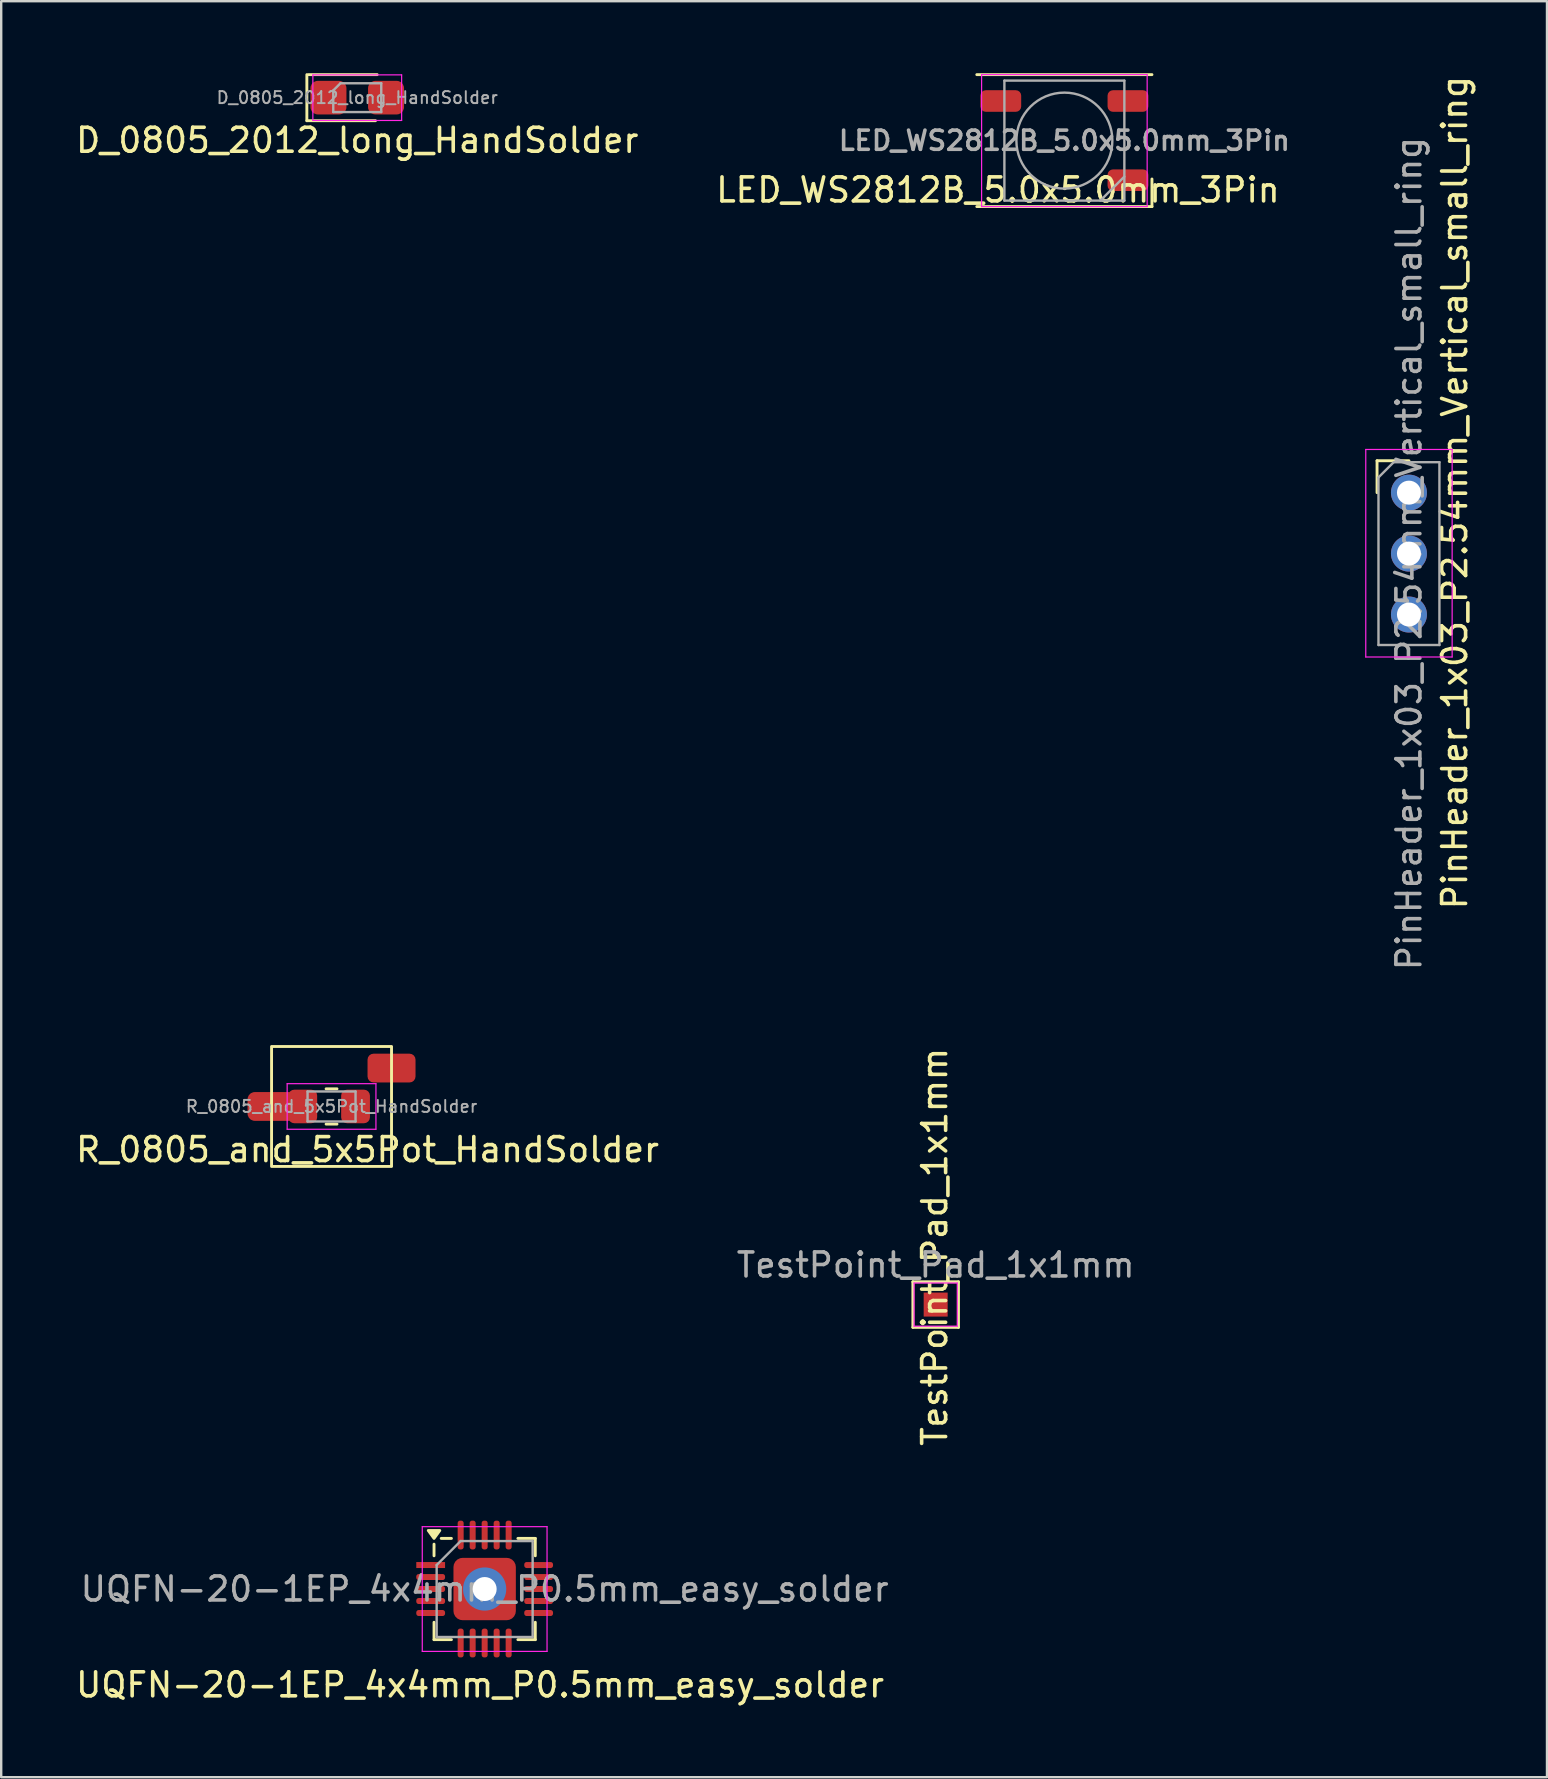
<source format=kicad_pcb>
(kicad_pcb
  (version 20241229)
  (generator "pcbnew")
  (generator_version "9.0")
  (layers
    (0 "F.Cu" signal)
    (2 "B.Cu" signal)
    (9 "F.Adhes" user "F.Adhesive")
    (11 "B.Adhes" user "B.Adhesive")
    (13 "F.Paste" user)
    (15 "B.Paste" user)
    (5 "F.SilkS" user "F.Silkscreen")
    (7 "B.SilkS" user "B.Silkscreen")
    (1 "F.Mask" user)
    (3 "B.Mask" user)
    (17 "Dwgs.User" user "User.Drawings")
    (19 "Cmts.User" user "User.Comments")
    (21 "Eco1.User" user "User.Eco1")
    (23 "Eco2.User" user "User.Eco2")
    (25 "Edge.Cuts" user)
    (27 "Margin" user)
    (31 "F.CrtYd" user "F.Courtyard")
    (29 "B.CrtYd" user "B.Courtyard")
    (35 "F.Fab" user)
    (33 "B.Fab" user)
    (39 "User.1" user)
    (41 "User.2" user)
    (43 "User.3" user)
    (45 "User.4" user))
  (footprint "PinHeader_1x03_P2.54mm_Vertical_small_ring"
    (layer "F.Cu")
    (at 55.671 17.482)
    (property "Reference" "PinHeader_1x03_P2.54mm_Vertical_small_ring" (at 1.905 0 270) (layer "F.SilkS") (effects (font (size 1 1) (thickness 0.15))))
    (attr through_hole)
    (fp_line (start -1.33 -1.33) (end 0 -1.33) (stroke (width 0.12) (type solid)) (layer "F.SilkS"))
    (fp_line (start -1.33 0) (end -1.33 -1.33) (stroke (width 0.12) (type solid)) (layer "F.SilkS"))
    (fp_line (start -1.8 -1.8) (end -1.8 6.85) (stroke (width 0.05) (type solid)) (layer "F.CrtYd"))
    (fp_line (start -1.8 6.85) (end 1.8 6.85) (stroke (width 0.05) (type solid)) (layer "F.CrtYd"))
    (fp_line (start 1.8 -1.8) (end -1.8 -1.8) (stroke (width 0.05) (type solid)) (layer "F.CrtYd"))
    (fp_line (start 1.8 6.85) (end 1.8 -1.8) (stroke (width 0.05) (type solid)) (layer "F.CrtYd"))
    (fp_line (start -1.27 -0.635) (end -0.635 -1.27) (stroke (width 0.1) (type solid)) (layer "F.Fab"))
    (fp_line (start -1.27 6.35) (end -1.27 -0.635) (stroke (width 0.1) (type solid)) (layer "F.Fab"))
    (fp_line (start -0.635 -1.27) (end 1.27 -1.27) (stroke (width 0.1) (type solid)) (layer "F.Fab"))
    (fp_line (start 1.27 -1.27) (end 1.27 6.35) (stroke (width 0.1) (type solid)) (layer "F.Fab"))
    (fp_line (start 1.27 6.35) (end -1.27 6.35) (stroke (width 0.1) (type solid)) (layer "F.Fab"))
    (fp_text user "${REFERENCE}" (at 0 2.54 270) (layer "F.Fab") (effects (font (size 1 1) (thickness 0.15))))
    (pad "1" thru_hole circle (at 0 0) (size 1.5 1.5) (drill 1) (layers "*.Cu" "*.Mask"))
    (pad "2" thru_hole circle (at 0 2.54) (size 1.5 1.5) (drill 1) (layers "*.Cu" "*.Mask"))
    (pad "3" thru_hole circle (at 0 5.08) (size 1.5 1.5) (drill 1) (layers "*.Cu" "*.Mask")))
  (footprint "UQFN-20-1EP_4x4mm_P0.5mm_easy_solder"
    (layer "F.Cu")
    (at 17.149 63.176)
    (property "Reference" "UQFN-20-1EP_4x4mm_P0.5mm_easy_solder" (at -0.191 3.995 0) (layer "F.SilkS") (effects (font (size 1 1) (thickness 0.15))))
    (attr smd)
    (fp_line (start -2.11 -1.385) (end -2.11 -1.87) (stroke (width 0.12) (type solid)) (layer "F.SilkS"))
    (fp_line (start -2.11 2.11) (end -2.11 1.385) (stroke (width 0.12) (type solid)) (layer "F.SilkS"))
    (fp_line (start -1.385 -2.11) (end -1.81 -2.11) (stroke (width 0.12) (type solid)) (layer "F.SilkS"))
    (fp_line (start -1.385 2.11) (end -2.11 2.11) (stroke (width 0.12) (type solid)) (layer "F.SilkS"))
    (fp_line (start 1.385 -2.11) (end 2.11 -2.11) (stroke (width 0.12) (type solid)) (layer "F.SilkS"))
    (fp_line (start 1.385 2.11) (end 2.11 2.11) (stroke (width 0.12) (type solid)) (layer "F.SilkS"))
    (fp_line (start 2.11 -2.11) (end 2.11 -1.385) (stroke (width 0.12) (type solid)) (layer "F.SilkS"))
    (fp_line (start 2.11 2.11) (end 2.11 1.385) (stroke (width 0.12) (type solid)) (layer "F.SilkS"))
    (fp_poly (pts (xy -2.11 -2.11) (xy -2.35 -2.44) (xy -1.87 -2.44) (xy -2.11 -2.11)) (stroke (width 0.12) (type solid)) (fill yes) (layer "F.SilkS"))
    (fp_line (start -2.6 -2.6) (end -2.6 2.6) (stroke (width 0.05) (type solid)) (layer "F.CrtYd"))
    (fp_line (start -2.6 2.6) (end 2.6 2.6) (stroke (width 0.05) (type solid)) (layer "F.CrtYd"))
    (fp_line (start 2.6 -2.6) (end -2.6 -2.6) (stroke (width 0.05) (type solid)) (layer "F.CrtYd"))
    (fp_line (start 2.6 2.6) (end 2.6 -2.6) (stroke (width 0.05) (type solid)) (layer "F.CrtYd"))
    (fp_line (start -2 -1) (end -1 -2) (stroke (width 0.1) (type solid)) (layer "F.Fab"))
    (fp_line (start -2 2) (end -2 -1) (stroke (width 0.1) (type solid)) (layer "F.Fab"))
    (fp_line (start -1 -2) (end 2 -2) (stroke (width 0.1) (type solid)) (layer "F.Fab"))
    (fp_line (start 2 -2) (end 2 2) (stroke (width 0.1) (type solid)) (layer "F.Fab"))
    (fp_line (start 2 2) (end -2 2) (stroke (width 0.1) (type solid)) (layer "F.Fab"))
    (fp_text user "${REFERENCE}" (at 0 0 0) (layer "F.Fab") (effects (font (size 1 1) (thickness 0.15))))
    (pad "" smd roundrect (at -0.7 -0.7) (size 1.17 1.17) (layers "F.Paste") (roundrect_rratio 0.342))
    (pad "" smd roundrect (at -0.7 0.7) (size 1.17 1.17) (layers "F.Paste") (roundrect_rratio 0.342))
    (pad "" smd roundrect (at 0.7 -0.7) (size 1.17 1.17) (layers "F.Paste") (roundrect_rratio 0.342))
    (pad "" smd roundrect (at 0.7 0.7) (size 1.17 1.17) (layers "F.Paste") (roundrect_rratio 0.342))
    (pad "1" smd rect (at -2.25 -1) (size 1.2 0.25) (layers "F.Cu" "F.Mask" "F.Paste"))
    (pad "2" smd roundrect (at -2.25 -0.5) (size 1.2 0.25) (layers "F.Cu" "F.Mask" "F.Paste") (roundrect_rratio 0.4))
    (pad "3" smd roundrect (at -2.25 0) (size 1.2 0.25) (layers "F.Cu" "F.Mask" "F.Paste") (roundrect_rratio 0.4))
    (pad "4" smd roundrect (at -2.25 0.5) (size 1.2 0.25) (layers "F.Cu" "F.Mask" "F.Paste") (roundrect_rratio 0.4))
    (pad "5" smd roundrect (at -2.25 1) (size 1.2 0.25) (layers "F.Cu" "F.Mask" "F.Paste") (roundrect_rratio 0.4))
    (pad "6" smd roundrect (at -1 2.25) (size 0.25 1.2) (layers "F.Cu" "F.Mask" "F.Paste") (roundrect_rratio 0.4))
    (pad "7" smd roundrect (at -0.5 2.25) (size 0.25 1.2) (layers "F.Cu" "F.Mask" "F.Paste") (roundrect_rratio 0.4))
    (pad "8" smd roundrect (at 0 2.25) (size 0.25 1.2) (layers "F.Cu" "F.Mask" "F.Paste") (roundrect_rratio 0.4))
    (pad "9" smd roundrect (at 0.5 2.25) (size 0.25 1.2) (layers "F.Cu" "F.Mask" "F.Paste") (roundrect_rratio 0.4))
    (pad "10" smd roundrect (at 1 2.25) (size 0.25 1.2) (layers "F.Cu" "F.Mask" "F.Paste") (roundrect_rratio 0.4))
    (pad "11" smd roundrect (at 2.25 1) (size 1.2 0.25) (layers "F.Cu" "F.Mask" "F.Paste") (roundrect_rratio 0.4))
    (pad "12" smd roundrect (at 2.25 0.5) (size 1.2 0.25) (layers "F.Cu" "F.Mask" "F.Paste") (roundrect_rratio 0.4))
    (pad "13" smd roundrect (at 2.25 0) (size 1.2 0.25) (layers "F.Cu" "F.Mask" "F.Paste") (roundrect_rratio 0.4))
    (pad "14" smd roundrect (at 2.25 -0.5) (size 1.2 0.25) (layers "F.Cu" "F.Mask" "F.Paste") (roundrect_rratio 0.4))
    (pad "15" smd roundrect (at 2.25 -1) (size 1.2 0.25) (layers "F.Cu" "F.Mask" "F.Paste") (roundrect_rratio 0.4))
    (pad "16" smd roundrect (at 1 -2.25) (size 0.25 1.2) (layers "F.Cu" "F.Mask" "F.Paste") (roundrect_rratio 0.4))
    (pad "17" smd roundrect (at 0.5 -2.25) (size 0.25 1.2) (layers "F.Cu" "F.Mask" "F.Paste") (roundrect_rratio 0.4))
    (pad "18" smd roundrect (at 0 -2.25) (size 0.25 1.2) (layers "F.Cu" "F.Mask" "F.Paste") (roundrect_rratio 0.4))
    (pad "19" smd roundrect (at -0.5 -2.25) (size 0.25 1.2) (layers "F.Cu" "F.Mask" "F.Paste") (roundrect_rratio 0.4))
    (pad "20" smd roundrect (at -1 -2.25) (size 0.25 1.2) (layers "F.Cu" "F.Mask" "F.Paste") (roundrect_rratio 0.4))
    (pad "21" thru_hole circle (at 0 0) (size 1.8 1.8) (drill 1) (property pad_prop_heatsink) (layers "*.Cu" "*.Mask"))
    (pad "21" smd roundrect (at 0 0) (size 2.6 2.6) (property pad_prop_heatsink) (layers "F.Cu" "F.Mask") (roundrect_rratio 0.148)))
  (footprint "R_0805_and_5x5Pot_HandSolder"
    (layer "F.Cu")
    (at 10.768 43.064)
    (property "Reference" "R_0805_and_5x5Pot_HandSolder" (at 1.5 1.8 180) (layer "F.SilkS") (effects (font (size 1 1) (thickness 0.15))))
    (attr smd)
    (fp_line (start -0.227 -0.735) (end 0.227 -0.735) (stroke (width 0.12) (type solid)) (layer "F.SilkS"))
    (fp_line (start -0.227 0.735) (end 0.227 0.735) (stroke (width 0.12) (type solid)) (layer "F.SilkS"))
    (fp_rect (start -2.5 -2.5) (end 2.5 2.5) (stroke (width 0.12) (type default)) (fill no) (layer "F.SilkS"))
    (fp_line (start -1.85 -0.95) (end 1.85 -0.95) (stroke (width 0.05) (type solid)) (layer "F.CrtYd"))
    (fp_line (start -1.85 0.95) (end -1.85 -0.95) (stroke (width 0.05) (type solid)) (layer "F.CrtYd"))
    (fp_line (start 1.85 -0.95) (end 1.85 0.95) (stroke (width 0.05) (type solid)) (layer "F.CrtYd"))
    (fp_line (start 1.85 0.95) (end -1.85 0.95) (stroke (width 0.05) (type solid)) (layer "F.CrtYd"))
    (fp_line (start -1 -0.625) (end 1 -0.625) (stroke (width 0.1) (type solid)) (layer "F.Fab"))
    (fp_line (start -1 0.625) (end -1 -0.625) (stroke (width 0.1) (type solid)) (layer "F.Fab"))
    (fp_line (start 1 -0.625) (end 1 0.625) (stroke (width 0.1) (type solid)) (layer "F.Fab"))
    (fp_line (start 1 0.625) (end -1 0.625) (stroke (width 0.1) (type solid)) (layer "F.Fab"))
    (fp_text user "${REFERENCE}" (at 0 0 180) (layer "F.Fab") (effects (font (size 0.5 0.5) (thickness 0.08))))
    (pad "1" smd roundrect (at -2.5 0) (size 2 1.2) (layers "F.Cu" "F.Mask" "F.Paste") (roundrect_rratio 0.25))
    (pad "1" smd roundrect (at -1.2 0) (size 1.2 1.4) (layers "F.Cu" "F.Mask" "F.Paste") (roundrect_rratio 0.208))
    (pad "2" smd roundrect (at 1 0) (size 1.2 1.4) (layers "F.Cu" "F.Mask" "F.Paste") (roundrect_rratio 0.208))
    (pad "2" smd roundrect (at 2.5 -1.6) (size 2 1.2) (layers "F.Cu" "F.Mask" "F.Paste") (roundrect_rratio 0.208)))
  (footprint "D_0805_2012_long_HandSolder"
    (layer "F.Cu")
    (at 11.839 1.02)
    (property "Reference" "D_0805_2012_long_HandSolder" (at 0 1.778 180) (layer "F.SilkS") (effects (font (size 1 1) (thickness 0.15))))
    (attr smd)
    (fp_line (start -2.1 -0.96) (end -2.1 0.96) (stroke (width 0.12) (type solid)) (layer "F.SilkS"))
    (fp_line (start -2.1 0.96) (end 0.76 0.96) (stroke (width 0.12) (type solid)) (layer "F.SilkS"))
    (fp_line (start 0.83 -0.96) (end -2.03 -0.96) (stroke (width 0.12) (type solid)) (layer "F.SilkS"))
    (fp_line (start -1.85 -0.95) (end 1.85 -0.95) (stroke (width 0.05) (type solid)) (layer "F.CrtYd"))
    (fp_line (start -1.85 0.95) (end -1.85 -0.95) (stroke (width 0.05) (type solid)) (layer "F.CrtYd"))
    (fp_line (start 1.85 -0.95) (end 1.85 0.95) (stroke (width 0.05) (type solid)) (layer "F.CrtYd"))
    (fp_line (start 1.85 0.95) (end -1.85 0.95) (stroke (width 0.05) (type solid)) (layer "F.CrtYd"))
    (fp_line (start -1 -0.3) (end -1 0.6) (stroke (width 0.1) (type solid)) (layer "F.Fab"))
    (fp_line (start -1 0.6) (end 1 0.6) (stroke (width 0.1) (type solid)) (layer "F.Fab"))
    (fp_line (start -0.7 -0.6) (end -1 -0.3) (stroke (width 0.1) (type solid)) (layer "F.Fab"))
    (fp_line (start 1 -0.6) (end -0.7 -0.6) (stroke (width 0.1) (type solid)) (layer "F.Fab"))
    (fp_line (start 1 0.6) (end 1 -0.6) (stroke (width 0.1) (type solid)) (layer "F.Fab"))
    (fp_text user "${REFERENCE}" (at 0 0 180) (layer "F.Fab") (effects (font (size 0.5 0.5) (thickness 0.08))))
    (pad "1" smd roundrect (at -1.2 0) (size 1.5 1.4) (layers "F.Cu" "F.Mask" "F.Paste") (roundrect_rratio 0.217))
    (pad "2" smd roundrect (at 1.2 0) (size 1.5 1.4) (layers "F.Cu" "F.Mask" "F.Paste") (roundrect_rratio 0.217)))
  (footprint "TestPoint_Pad_1x1mm"
    (layer "F.Cu")
    (at 35.946 51.321)
    (property "Reference" "TestPoint_Pad_1x1mm" (at -0.04 -2.406 270) (layer "F.SilkS") (effects (font (size 1 1) (thickness 0.15))))
    (attr exclude_from_pos_files)
    (fp_line (start -0.95 -0.95) (end 0.95 -0.95) (stroke (width 0.12) (type solid)) (layer "F.SilkS"))
    (fp_line (start -0.95 0.95) (end -0.95 -0.95) (stroke (width 0.12) (type solid)) (layer "F.SilkS"))
    (fp_line (start 0.95 -0.95) (end 0.95 0.95) (stroke (width 0.12) (type solid)) (layer "F.SilkS"))
    (fp_line (start 0.95 0.95) (end -0.95 0.95) (stroke (width 0.12) (type solid)) (layer "F.SilkS"))
    (fp_line (start -0.9 -0.9) (end -0.9 0.9) (stroke (width 0.05) (type solid)) (layer "F.CrtYd"))
    (fp_line (start -0.9 -0.9) (end 0.9 -0.9) (stroke (width 0.05) (type solid)) (layer "F.CrtYd"))
    (fp_line (start 0.9 0.9) (end -0.9 0.9) (stroke (width 0.05) (type solid)) (layer "F.CrtYd"))
    (fp_line (start 0.9 0.9) (end 0.9 -0.9) (stroke (width 0.05) (type solid)) (layer "F.CrtYd"))
    (fp_text user "${REFERENCE}" (at 0 -1.65 180) (layer "F.Fab") (effects (font (size 1 1) (thickness 0.15))))
    (pad "1" smd rect (at 0 0) (size 1 1) (layers "F.Cu" "F.Mask")))
  (footprint "LED_WS2812B_5.0x5.0mm_3Pin"
    (layer "F.Cu")
    (at 41.31 2.81)
    (property "Reference" "LED_WS2812B_5.0x5.0mm_3Pin" (at -2.769 2.057 0) (layer "F.SilkS") (effects (font (size 1 1) (thickness 0.15))))
    (attr smd)
    (fp_line (start -3.65 -2.75) (end 3.65 -2.75) (stroke (width 0.12) (type solid)) (layer "F.SilkS"))
    (fp_line (start -3.65 2.75) (end 3.65 2.75) (stroke (width 0.12) (type solid)) (layer "F.SilkS"))
    (fp_line (start 3.65 2.75) (end 3.65 1.6) (stroke (width 0.12) (type solid)) (layer "F.SilkS"))
    (fp_line (start -3.45 -2.75) (end -3.45 2.75) (stroke (width 0.05) (type solid)) (layer "F.CrtYd"))
    (fp_line (start -3.45 2.75) (end 3.45 2.75) (stroke (width 0.05) (type solid)) (layer "F.CrtYd"))
    (fp_line (start 3.45 -2.75) (end -3.45 -2.75) (stroke (width 0.05) (type solid)) (layer "F.CrtYd"))
    (fp_line (start 3.45 2.75) (end 3.45 -2.75) (stroke (width 0.05) (type solid)) (layer "F.CrtYd"))
    (fp_line (start -2.5 -2.5) (end -2.5 2.5) (stroke (width 0.1) (type solid)) (layer "F.Fab"))
    (fp_line (start -2.5 2.5) (end 2.5 2.5) (stroke (width 0.1) (type solid)) (layer "F.Fab"))
    (fp_line (start 2.5 -2.5) (end -2.5 -2.5) (stroke (width 0.1) (type solid)) (layer "F.Fab"))
    (fp_line (start 2.5 1.5) (end 1.5 2.5) (stroke (width 0.1) (type solid)) (layer "F.Fab"))
    (fp_line (start 2.5 2.5) (end 2.5 -2.5) (stroke (width 0.1) (type solid)) (layer "F.Fab"))
    (fp_circle (center 0 0) (end 0 -2) (stroke (width 0.1) (type solid)) (fill no) (layer "F.Fab"))
    (fp_text user "${REFERENCE}" (at 0 0 0) (layer "F.Fab") (effects (font (size 0.8 0.8) (thickness 0.15))))
    (pad "1" smd roundrect (at -2.65 -1.65) (size 1.7 0.9) (layers "F.Cu" "F.Mask" "F.Paste") (roundrect_rratio 0.25))
    (pad "3" smd roundrect (at 2.65 1.65) (size 1.7 0.9) (layers "F.Cu" "F.Mask" "F.Paste") (roundrect_rratio 0.25))
    (pad "4" smd roundrect (at 2.65 -1.65) (size 1.7 0.9) (layers "F.Cu" "F.Mask" "F.Paste") (roundrect_rratio 0.25)))
  (gr_rect
    (start -3 -3)
    (end 61.424 71.019)
    (stroke (width 0.1) (type default))
    (fill no)
    (layer "Edge.Cuts")))
</source>
